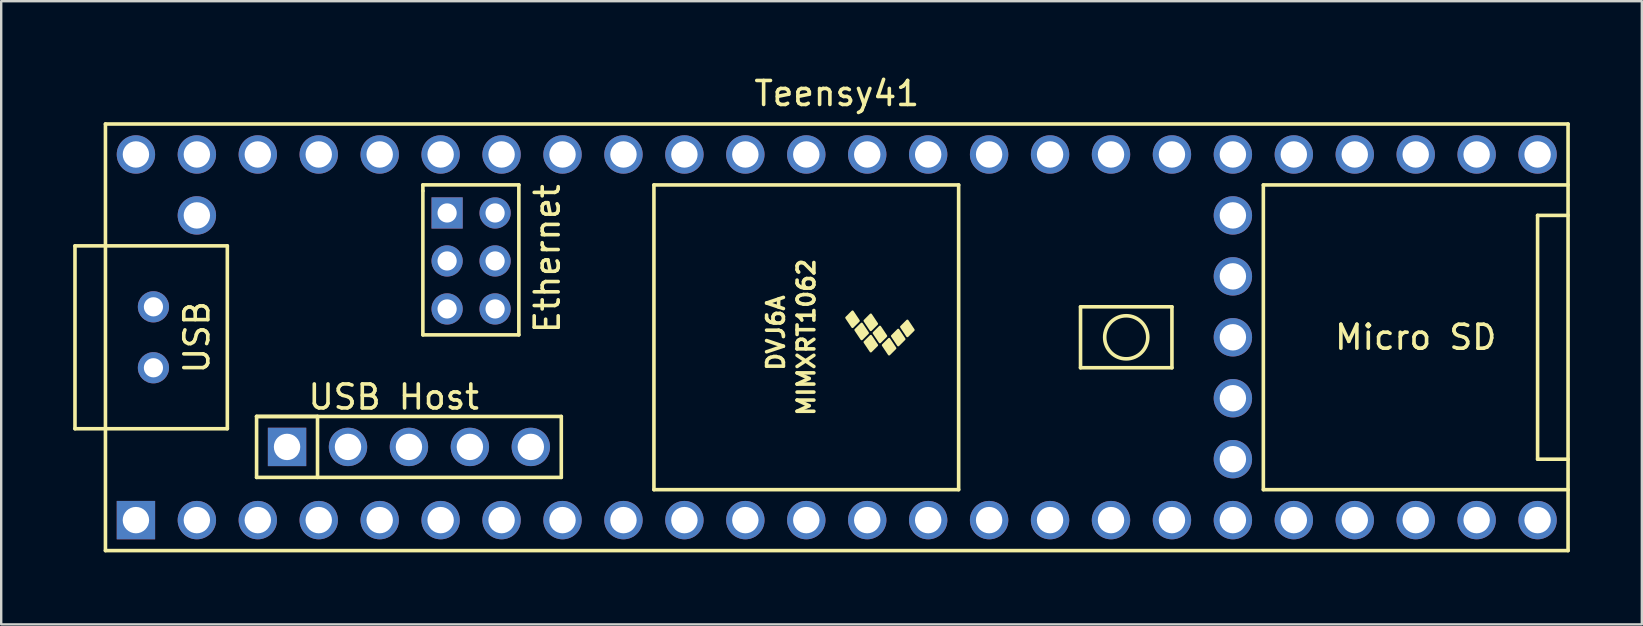
<source format=kicad_pcb>
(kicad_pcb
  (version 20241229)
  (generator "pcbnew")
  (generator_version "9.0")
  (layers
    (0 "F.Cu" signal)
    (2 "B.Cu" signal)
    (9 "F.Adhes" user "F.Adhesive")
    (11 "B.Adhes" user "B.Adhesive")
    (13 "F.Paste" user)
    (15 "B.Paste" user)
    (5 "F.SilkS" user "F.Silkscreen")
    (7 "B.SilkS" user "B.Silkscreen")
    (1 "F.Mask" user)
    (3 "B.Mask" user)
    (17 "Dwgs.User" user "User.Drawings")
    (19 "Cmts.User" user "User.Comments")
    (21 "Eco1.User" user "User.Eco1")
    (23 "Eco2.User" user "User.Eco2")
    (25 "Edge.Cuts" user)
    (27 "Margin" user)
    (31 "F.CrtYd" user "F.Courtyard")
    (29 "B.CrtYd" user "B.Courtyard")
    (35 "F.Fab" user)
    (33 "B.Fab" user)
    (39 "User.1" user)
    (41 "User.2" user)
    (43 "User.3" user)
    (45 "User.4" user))
  (footprint "Teensy41"
    (layer "F.Cu")
    (at 31.825 11.008)
    (property "Reference" "Teensy41" (at 0 -10.16 0) (layer "F.SilkS") (effects (font (size 1 1) (thickness 0.15))))
    (attr through_hole)
    (fp_line (start -31.75 -3.81) (end -30.48 -3.81) (stroke (width 0.15) (type solid)) (layer "F.SilkS"))
    (fp_line (start -31.75 3.81) (end -31.75 -3.81) (stroke (width 0.15) (type solid)) (layer "F.SilkS"))
    (fp_line (start -30.48 -8.89) (end 30.48 -8.89) (stroke (width 0.15) (type solid)) (layer "F.SilkS"))
    (fp_line (start -30.48 3.81) (end -31.75 3.81) (stroke (width 0.15) (type solid)) (layer "F.SilkS"))
    (fp_line (start -30.48 8.89) (end -30.48 -8.89) (stroke (width 0.15) (type solid)) (layer "F.SilkS"))
    (fp_line (start -25.4 -3.81) (end -30.48 -3.81) (stroke (width 0.15) (type solid)) (layer "F.SilkS"))
    (fp_line (start -25.4 3.81) (end -30.48 3.81) (stroke (width 0.15) (type solid)) (layer "F.SilkS"))
    (fp_line (start -25.4 3.81) (end -25.4 -3.81) (stroke (width 0.15) (type solid)) (layer "F.SilkS"))
    (fp_line (start -24.181 3.299) (end -21.641 3.299) (stroke (width 0.15) (type solid)) (layer "F.SilkS"))
    (fp_line (start -24.181 3.299) (end -11.481 3.299) (stroke (width 0.15) (type solid)) (layer "F.SilkS"))
    (fp_line (start -24.181 5.839) (end -24.181 3.299) (stroke (width 0.15) (type solid)) (layer "F.SilkS"))
    (fp_line (start -21.641 3.299) (end -21.641 5.839) (stroke (width 0.15) (type solid)) (layer "F.SilkS"))
    (fp_line (start -17.25 -6.352) (end -17.25 -6.102) (stroke (width 0.15) (type solid)) (layer "F.SilkS"))
    (fp_line (start -17.25 -6.102) (end -17.25 -0.102) (stroke (width 0.15) (type solid)) (layer "F.SilkS"))
    (fp_line (start -17.25 -0.102) (end -13.25 -0.102) (stroke (width 0.15) (type solid)) (layer "F.SilkS"))
    (fp_line (start -13.25 -6.352) (end -17.25 -6.352) (stroke (width 0.15) (type solid)) (layer "F.SilkS"))
    (fp_line (start -13.25 -0.102) (end -13.25 -6.352) (stroke (width 0.15) (type solid)) (layer "F.SilkS"))
    (fp_line (start -11.481 3.299) (end -11.481 5.839) (stroke (width 0.15) (type solid)) (layer "F.SilkS"))
    (fp_line (start -11.481 5.839) (end -24.181 5.839) (stroke (width 0.15) (type solid)) (layer "F.SilkS"))
    (fp_line (start -7.62 -6.35) (end -7.62 6.35) (stroke (width 0.15) (type solid)) (layer "F.SilkS"))
    (fp_line (start -7.62 6.35) (end 5.08 6.35) (stroke (width 0.15) (type solid)) (layer "F.SilkS"))
    (fp_line (start 5.08 -6.35) (end -7.62 -6.35) (stroke (width 0.15) (type solid)) (layer "F.SilkS"))
    (fp_line (start 5.08 6.35) (end 5.08 -6.35) (stroke (width 0.15) (type solid)) (layer "F.SilkS"))
    (fp_line (start 10.16 -1.27) (end 13.97 -1.27) (stroke (width 0.15) (type solid)) (layer "F.SilkS"))
    (fp_line (start 10.16 1.27) (end 10.16 -1.27) (stroke (width 0.15) (type solid)) (layer "F.SilkS"))
    (fp_line (start 13.97 -1.27) (end 13.97 1.27) (stroke (width 0.15) (type solid)) (layer "F.SilkS"))
    (fp_line (start 13.97 1.27) (end 10.16 1.27) (stroke (width 0.15) (type solid)) (layer "F.SilkS"))
    (fp_line (start 17.78 -6.35) (end 17.78 6.35) (stroke (width 0.15) (type solid)) (layer "F.SilkS"))
    (fp_line (start 17.78 6.35) (end 30.48 6.35) (stroke (width 0.15) (type solid)) (layer "F.SilkS"))
    (fp_line (start 29.21 -5.08) (end 29.21 5.08) (stroke (width 0.15) (type solid)) (layer "F.SilkS"))
    (fp_line (start 29.21 5.08) (end 30.48 5.08) (stroke (width 0.15) (type solid)) (layer "F.SilkS"))
    (fp_line (start 30.48 -8.89) (end 30.48 8.89) (stroke (width 0.15) (type solid)) (layer "F.SilkS"))
    (fp_line (start 30.48 -6.35) (end 17.78 -6.35) (stroke (width 0.15) (type solid)) (layer "F.SilkS"))
    (fp_line (start 30.48 -5.08) (end 29.21 -5.08) (stroke (width 0.15) (type solid)) (layer "F.SilkS"))
    (fp_line (start 30.48 8.89) (end -30.48 8.89) (stroke (width 0.15) (type solid)) (layer "F.SilkS"))
    (fp_circle (center 12.065 0) (end 12.7 -0.635) (stroke (width 0.15) (type solid)) (fill no) (layer "F.SilkS"))
    (fp_poly (pts (xy 0.911 -0.688) (xy 0.657 -0.434) (xy 0.403 -0.815) (xy 0.657 -1.069)) (stroke (width 0.1) (type solid)) (fill yes) (layer "F.SilkS"))
    (fp_poly (pts (xy 1.292 -0.18) (xy 1.038 0.074) (xy 0.784 -0.307) (xy 1.038 -0.561)) (stroke (width 0.1) (type solid)) (fill yes) (layer "F.SilkS"))
    (fp_poly (pts (xy 1.673 -0.561) (xy 1.419 -0.307) (xy 1.165 -0.688) (xy 1.419 -0.942)) (stroke (width 0.1) (type solid)) (fill yes) (layer "F.SilkS"))
    (fp_poly (pts (xy 1.673 0.328) (xy 1.419 0.582) (xy 1.165 0.201) (xy 1.419 -0.053)) (stroke (width 0.1) (type solid)) (fill yes) (layer "F.SilkS"))
    (fp_poly (pts (xy 2.054 -0.053) (xy 1.8 0.201) (xy 1.546 -0.18) (xy 1.8 -0.434)) (stroke (width 0.1) (type solid)) (fill yes) (layer "F.SilkS"))
    (fp_poly (pts (xy 2.435 0.455) (xy 2.181 0.709) (xy 1.927 0.328) (xy 2.181 0.074)) (stroke (width 0.1) (type solid)) (fill yes) (layer "F.SilkS"))
    (fp_poly (pts (xy 2.816 0.074) (xy 2.562 0.328) (xy 2.308 -0.053) (xy 2.562 -0.307)) (stroke (width 0.1) (type solid)) (fill yes) (layer "F.SilkS"))
    (fp_poly (pts (xy 3.197 -0.307) (xy 2.943 -0.053) (xy 2.689 -0.434) (xy 2.943 -0.688)) (stroke (width 0.1) (type solid)) (fill yes) (layer "F.SilkS"))
    (fp_text user "USB" (at -26.67 0 270) (layer "F.SilkS") (effects (font (size 1 1) (thickness 0.15))))
    (fp_text user "DVJ6A" (at -2.54 -0.18 270) (layer "F.SilkS") (effects (font (size 0.7 0.7) (thickness 0.15))))
    (fp_text user "Micro SD" (at 24.13 0 0) (layer "F.SilkS") (effects (font (size 1 1) (thickness 0.15))))
    (fp_text user "USB Host" (at -18.466 2.489 0) (layer "F.SilkS") (effects (font (size 1 1) (thickness 0.15))))
    (fp_text user "Ethernet" (at -12.065 -3.277 90) (layer "F.SilkS") (effects (font (size 1 1) (thickness 0.15))))
    (fp_text user "MIMXRT1062" (at -1.27 0 270) (layer "F.SilkS") (effects (font (size 0.7 0.7) (thickness 0.15))))
    (pad "1" thru_hole rect (at -29.21 7.62) (size 1.6 1.6) (drill 1.1) (layers "*.Cu" "*.Mask"))
    (pad "2" thru_hole circle (at -26.67 7.62) (size 1.6 1.6) (drill 1.1) (layers "*.Cu" "*.Mask"))
    (pad "3" thru_hole circle (at -24.13 7.62) (size 1.6 1.6) (drill 1.1) (layers "*.Cu" "*.Mask"))
    (pad "4" thru_hole circle (at -21.59 7.62) (size 1.6 1.6) (drill 1.1) (layers "*.Cu" "*.Mask"))
    (pad "5" thru_hole circle (at -19.05 7.62) (size 1.6 1.6) (drill 1.1) (layers "*.Cu" "*.Mask"))
    (pad "6" thru_hole circle (at -16.51 7.62) (size 1.6 1.6) (drill 1.1) (layers "*.Cu" "*.Mask"))
    (pad "7" thru_hole circle (at -13.97 7.62) (size 1.6 1.6) (drill 1.1) (layers "*.Cu" "*.Mask"))
    (pad "8" thru_hole circle (at -11.43 7.62) (size 1.6 1.6) (drill 1.1) (layers "*.Cu" "*.Mask"))
    (pad "9" thru_hole circle (at -8.89 7.62) (size 1.6 1.6) (drill 1.1) (layers "*.Cu" "*.Mask"))
    (pad "10" thru_hole circle (at -6.35 7.62) (size 1.6 1.6) (drill 1.1) (layers "*.Cu" "*.Mask"))
    (pad "11" thru_hole circle (at -3.81 7.62) (size 1.6 1.6) (drill 1.1) (layers "*.Cu" "*.Mask"))
    (pad "12" thru_hole circle (at -1.27 7.62) (size 1.6 1.6) (drill 1.1) (layers "*.Cu" "*.Mask"))
    (pad "13" thru_hole circle (at 1.27 7.62) (size 1.6 1.6) (drill 1.1) (layers "*.Cu" "*.Mask"))
    (pad "14" thru_hole circle (at 3.81 7.62) (size 1.6 1.6) (drill 1.1) (layers "*.Cu" "*.Mask"))
    (pad "15" thru_hole circle (at 6.35 7.62) (size 1.6 1.6) (drill 1.1) (layers "*.Cu" "*.Mask"))
    (pad "16" thru_hole circle (at 8.89 7.62) (size 1.6 1.6) (drill 1.1) (layers "*.Cu" "*.Mask"))
    (pad "17" thru_hole circle (at 11.43 7.62) (size 1.6 1.6) (drill 1.1) (layers "*.Cu" "*.Mask"))
    (pad "18" thru_hole circle (at 13.97 7.62) (size 1.6 1.6) (drill 1.1) (layers "*.Cu" "*.Mask"))
    (pad "19" thru_hole circle (at 16.51 7.62) (size 1.6 1.6) (drill 1.1) (layers "*.Cu" "*.Mask"))
    (pad "20" thru_hole circle (at 19.05 7.62) (size 1.6 1.6) (drill 1.1) (layers "*.Cu" "*.Mask"))
    (pad "21" thru_hole circle (at 21.59 7.62) (size 1.6 1.6) (drill 1.1) (layers "*.Cu" "*.Mask"))
    (pad "22" thru_hole circle (at 24.13 7.62) (size 1.6 1.6) (drill 1.1) (layers "*.Cu" "*.Mask"))
    (pad "23" thru_hole circle (at 26.67 7.62) (size 1.6 1.6) (drill 1.1) (layers "*.Cu" "*.Mask"))
    (pad "24" thru_hole circle (at 29.21 7.62) (size 1.6 1.6) (drill 1.1) (layers "*.Cu" "*.Mask"))
    (pad "25" thru_hole circle (at 29.21 -7.62) (size 1.6 1.6) (drill 1.1) (layers "*.Cu" "*.Mask"))
    (pad "26" thru_hole circle (at 26.67 -7.62) (size 1.6 1.6) (drill 1.1) (layers "*.Cu" "*.Mask"))
    (pad "27" thru_hole circle (at 24.13 -7.62) (size 1.6 1.6) (drill 1.1) (layers "*.Cu" "*.Mask"))
    (pad "28" thru_hole circle (at 21.59 -7.62) (size 1.6 1.6) (drill 1.1) (layers "*.Cu" "*.Mask"))
    (pad "29" thru_hole circle (at 19.05 -7.62) (size 1.6 1.6) (drill 1.1) (layers "*.Cu" "*.Mask"))
    (pad "30" thru_hole circle (at 16.51 -7.62) (size 1.6 1.6) (drill 1.1) (layers "*.Cu" "*.Mask"))
    (pad "31" thru_hole circle (at 13.97 -7.62) (size 1.6 1.6) (drill 1.1) (layers "*.Cu" "*.Mask"))
    (pad "32" thru_hole circle (at 11.43 -7.62) (size 1.6 1.6) (drill 1.1) (layers "*.Cu" "*.Mask"))
    (pad "33" thru_hole circle (at 8.89 -7.62) (size 1.6 1.6) (drill 1.1) (layers "*.Cu" "*.Mask"))
    (pad "34" thru_hole circle (at 6.35 -7.62) (size 1.6 1.6) (drill 1.1) (layers "*.Cu" "*.Mask"))
    (pad "35" thru_hole circle (at 3.81 -7.62) (size 1.6 1.6) (drill 1.1) (layers "*.Cu" "*.Mask"))
    (pad "36" thru_hole circle (at 1.27 -7.62) (size 1.6 1.6) (drill 1.1) (layers "*.Cu" "*.Mask"))
    (pad "37" thru_hole circle (at -1.27 -7.62) (size 1.6 1.6) (drill 1.1) (layers "*.Cu" "*.Mask"))
    (pad "38" thru_hole circle (at -3.81 -7.62) (size 1.6 1.6) (drill 1.1) (layers "*.Cu" "*.Mask"))
    (pad "39" thru_hole circle (at -6.35 -7.62) (size 1.6 1.6) (drill 1.1) (layers "*.Cu" "*.Mask"))
    (pad "40" thru_hole circle (at -8.89 -7.62) (size 1.6 1.6) (drill 1.1) (layers "*.Cu" "*.Mask"))
    (pad "41" thru_hole circle (at -11.43 -7.62) (size 1.6 1.6) (drill 1.1) (layers "*.Cu" "*.Mask"))
    (pad "42" thru_hole circle (at -13.97 -7.62) (size 1.6 1.6) (drill 1.1) (layers "*.Cu" "*.Mask"))
    (pad "43" thru_hole circle (at -16.51 -7.62) (size 1.6 1.6) (drill 1.1) (layers "*.Cu" "*.Mask"))
    (pad "44" thru_hole circle (at -19.05 -7.62) (size 1.6 1.6) (drill 1.1) (layers "*.Cu" "*.Mask"))
    (pad "45" thru_hole circle (at -21.59 -7.62) (size 1.6 1.6) (drill 1.1) (layers "*.Cu" "*.Mask"))
    (pad "46" thru_hole circle (at -24.13 -7.62) (size 1.6 1.6) (drill 1.1) (layers "*.Cu" "*.Mask"))
    (pad "47" thru_hole circle (at -26.67 -7.62) (size 1.6 1.6) (drill 1.1) (layers "*.Cu" "*.Mask"))
    (pad "48" thru_hole circle (at -29.21 -7.62) (size 1.6 1.6) (drill 1.1) (layers "*.Cu" "*.Mask"))
    (pad "49" thru_hole circle (at -26.67 -5.08) (size 1.6 1.6) (drill 1.1) (layers "*.Cu" "*.Mask"))
    (pad "50" thru_hole circle (at 16.51 5.08) (size 1.6 1.6) (drill 1.1) (layers "*.Cu" "*.Mask"))
    (pad "51" thru_hole circle (at 16.51 2.54) (size 1.6 1.6) (drill 1.1) (layers "*.Cu" "*.Mask"))
    (pad "52" thru_hole circle (at 16.51 0) (size 1.6 1.6) (drill 1.1) (layers "*.Cu" "*.Mask"))
    (pad "53" thru_hole circle (at 16.51 -2.54) (size 1.6 1.6) (drill 1.1) (layers "*.Cu" "*.Mask"))
    (pad "54" thru_hole circle (at 16.51 -5.08) (size 1.6 1.6) (drill 1.1) (layers "*.Cu" "*.Mask"))
    (pad "55" thru_hole rect (at -22.911 4.569) (size 1.6 1.6) (drill 1.1) (layers "*.Cu" "*.Mask"))
    (pad "56" thru_hole circle (at -20.371 4.569) (size 1.6 1.6) (drill 1.1) (layers "*.Cu" "*.Mask"))
    (pad "57" thru_hole circle (at -17.831 4.569) (size 1.6 1.6) (drill 1.1) (layers "*.Cu" "*.Mask"))
    (pad "58" thru_hole circle (at -15.291 4.569) (size 1.6 1.6) (drill 1.1) (layers "*.Cu" "*.Mask"))
    (pad "59" thru_hole circle (at -12.751 4.569) (size 1.6 1.6) (drill 1.1) (layers "*.Cu" "*.Mask"))
    (pad "60" thru_hole rect (at -16.24 -5.182) (size 1.3 1.3) (drill 0.8) (layers "*.Cu" "*.Mask"))
    (pad "61" thru_hole circle (at -16.24 -3.182) (size 1.3 1.3) (drill 0.8) (layers "*.Cu" "*.Mask"))
    (pad "62" thru_hole circle (at -16.24 -1.182) (size 1.3 1.3) (drill 0.8) (layers "*.Cu" "*.Mask"))
    (pad "63" thru_hole circle (at -14.24 -1.182) (size 1.3 1.3) (drill 0.8) (layers "*.Cu" "*.Mask"))
    (pad "64" thru_hole circle (at -14.24 -3.182) (size 1.3 1.3) (drill 0.8) (layers "*.Cu" "*.Mask"))
    (pad "65" thru_hole circle (at -14.24 -5.182) (size 1.3 1.3) (drill 0.8) (layers "*.Cu" "*.Mask"))
    (pad "66" thru_hole circle (at -28.48 -1.27) (size 1.3 1.3) (drill 0.8) (layers "*.Cu" "*.Mask"))
    (pad "67" thru_hole circle (at -28.48 1.27) (size 1.3 1.3) (drill 0.8) (layers "*.Cu" "*.Mask")))
  (gr_rect
    (start -3 -3)
    (end 65.38 22.973)
    (stroke (width 0.1) (type default))
    (fill no)
    (layer "Edge.Cuts")))
</source>
